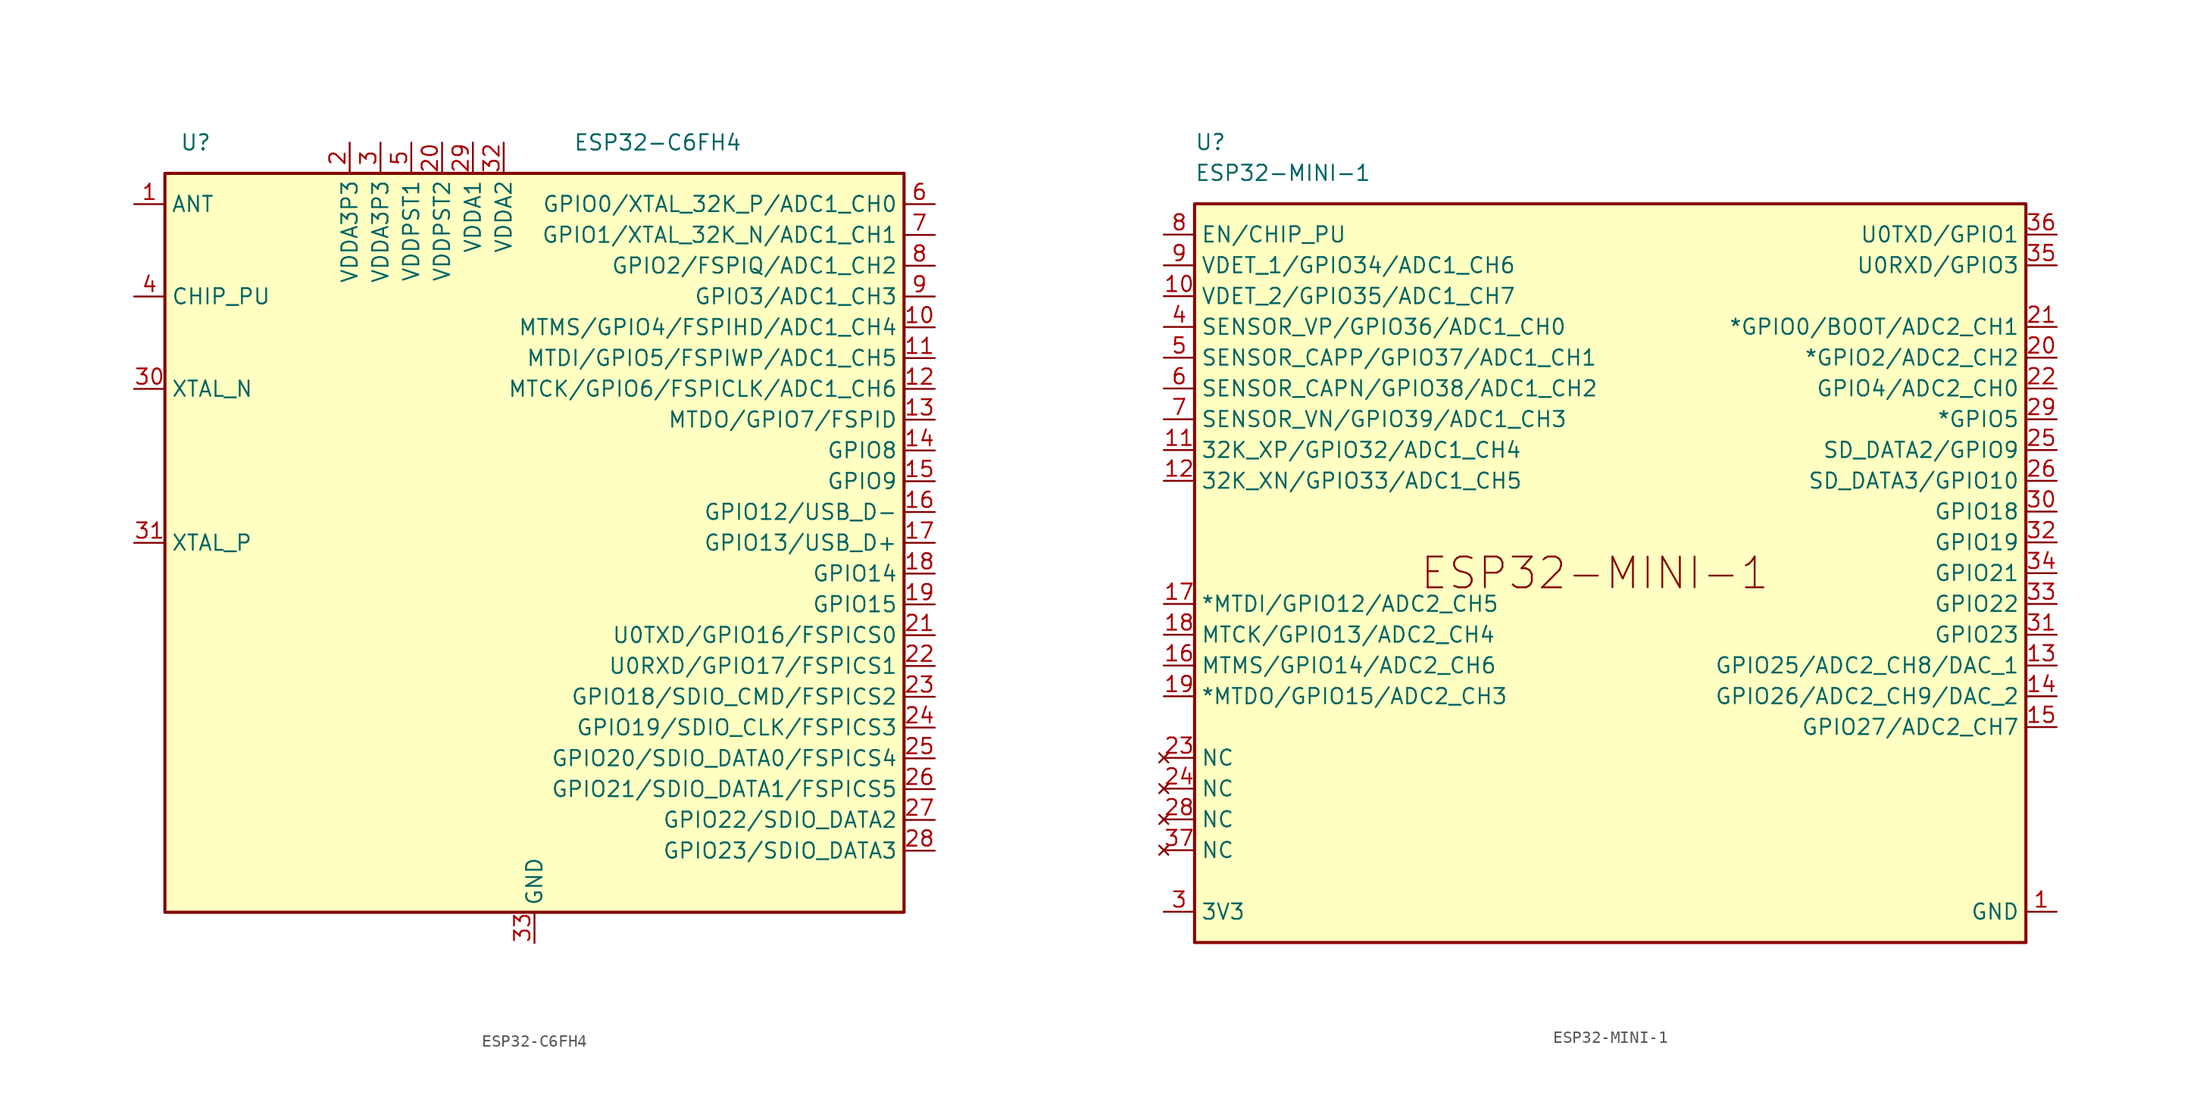
<source format=kicad_sym>
(kicad_symbol_lib
  (version 20211014)
  (generator kicad_symbol_editor)
  (symbol "ESP32-C6FH4"
    (property "Reference" "U"
      (at -27.94 33.02 0)
      (effects (font (size 1.27 1.27))))
    (property "Value" "ESP32-C6FH4"
      (at 10.16 33.02 0)
      (effects (font (size 1.27 1.27))))
    (symbol "ESP32-C6FH4_0_1"
      (rectangle (start -30.48 30.48) (end 30.48 -30.48) (stroke (width 0.254) (type default) (color 0 0 0 0)) (fill (type background))))
    (symbol "ESP32-C6FH4_1_1"
      (pin bidirectional line (at -33.02 27.94 0) (length 2.54) (name "ANT" (effects (font (size 1.27 1.27)))) (number "1" (effects (font (size 1.27 1.27)))))
      (pin bidirectional line (at 33.02 17.78 180) (length 2.54) (name "MTMS/GPIO4/FSPIHD/ADC1_CH4" (effects (font (size 1.27 1.27)))) (number "10" (effects (font (size 1.27 1.27)))))
      (pin bidirectional line (at 33.02 15.24 180) (length 2.54) (name "MTDI/GPIO5/FSPIWP/ADC1_CH5" (effects (font (size 1.27 1.27)))) (number "11" (effects (font (size 1.27 1.27)))))
      (pin bidirectional line (at 33.02 12.7 180) (length 2.54) (name "MTCK/GPIO6/FSPICLK/ADC1_CH6" (effects (font (size 1.27 1.27)))) (number "12" (effects (font (size 1.27 1.27)))))
      (pin bidirectional line (at 33.02 10.16 180) (length 2.54) (name "MTDO/GPIO7/FSPID" (effects (font (size 1.27 1.27)))) (number "13" (effects (font (size 1.27 1.27)))))
      (pin bidirectional line (at 33.02 7.62 180) (length 2.54) (name "GPIO8" (effects (font (size 1.27 1.27)))) (number "14" (effects (font (size 1.27 1.27)))))
      (pin bidirectional line (at 33.02 5.08 180) (length 2.54) (name "GPIO9" (effects (font (size 1.27 1.27)))) (number "15" (effects (font (size 1.27 1.27)))))
      (pin bidirectional line (at 33.02 2.54 180) (length 2.54) (name "GPIO12/USB_D-" (effects (font (size 1.27 1.27)))) (number "16" (effects (font (size 1.27 1.27)))))
      (pin bidirectional line (at 33.02 0 180) (length 2.54) (name "GPIO13/USB_D+" (effects (font (size 1.27 1.27)))) (number "17" (effects (font (size 1.27 1.27)))))
      (pin bidirectional line (at 33.02 -2.54 180) (length 2.54) (name "GPIO14" (effects (font (size 1.27 1.27)))) (number "18" (effects (font (size 1.27 1.27)))))
      (pin bidirectional line (at 33.02 -5.08 180) (length 2.54) (name "GPIO15" (effects (font (size 1.27 1.27)))) (number "19" (effects (font (size 1.27 1.27)))))
      (pin power_in line (at -15.24 33.02 270) (length 2.54) (name "VDDA3P3" (effects (font (size 1.27 1.27)))) (number "2" (effects (font (size 1.27 1.27)))))
      (pin power_in line (at -7.62 33.02 270) (length 2.54) (name "VDDPST2" (effects (font (size 1.27 1.27)))) (number "20" (effects (font (size 1.27 1.27)))))
      (pin bidirectional line (at 33.02 -7.62 180) (length 2.54) (name "U0TXD/GPIO16/FSPICS0" (effects (font (size 1.27 1.27)))) (number "21" (effects (font (size 1.27 1.27)))))
      (pin bidirectional line (at 33.02 -10.16 180) (length 2.54) (name "U0RXD/GPIO17/FSPICS1" (effects (font (size 1.27 1.27)))) (number "22" (effects (font (size 1.27 1.27)))))
      (pin bidirectional line (at 33.02 -12.7 180) (length 2.54) (name "GPIO18/SDIO_CMD/FSPICS2" (effects (font (size 1.27 1.27)))) (number "23" (effects (font (size 1.27 1.27)))))
      (pin bidirectional line (at 33.02 -15.24 180) (length 2.54) (name "GPIO19/SDIO_CLK/FSPICS3" (effects (font (size 1.27 1.27)))) (number "24" (effects (font (size 1.27 1.27)))))
      (pin bidirectional line (at 33.02 -17.78 180) (length 2.54) (name "GPIO20/SDIO_DATA0/FSPICS4" (effects (font (size 1.27 1.27)))) (number "25" (effects (font (size 1.27 1.27)))))
      (pin bidirectional line (at 33.02 -20.32 180) (length 2.54) (name "GPIO21/SDIO_DATA1/FSPICS5" (effects (font (size 1.27 1.27)))) (number "26" (effects (font (size 1.27 1.27)))))
      (pin bidirectional line (at 33.02 -22.86 180) (length 2.54) (name "GPIO22/SDIO_DATA2" (effects (font (size 1.27 1.27)))) (number "27" (effects (font (size 1.27 1.27)))))
      (pin bidirectional line (at 33.02 -25.4 180) (length 2.54) (name "GPIO23/SDIO_DATA3" (effects (font (size 1.27 1.27)))) (number "28" (effects (font (size 1.27 1.27)))))
      (pin power_in line (at -5.08 33.02 270) (length 2.54) (name "VDDA1" (effects (font (size 1.27 1.27)))) (number "29" (effects (font (size 1.27 1.27)))))
      (pin power_in line (at -12.7 33.02 270) (length 2.54) (name "VDDA3P3" (effects (font (size 1.27 1.27)))) (number "3" (effects (font (size 1.27 1.27)))))
      (pin output line (at -33.02 12.7 0) (length 2.54) (name "XTAL_N" (effects (font (size 1.27 1.27)))) (number "30" (effects (font (size 1.27 1.27)))))
      (pin input line (at -33.02 0 0) (length 2.54) (name "XTAL_P" (effects (font (size 1.27 1.27)))) (number "31" (effects (font (size 1.27 1.27)))))
      (pin power_in line (at -2.54 33.02 270) (length 2.54) (name "VDDA2" (effects (font (size 1.27 1.27)))) (number "32" (effects (font (size 1.27 1.27)))))
      (pin power_in line (at 0 -33.02 90) (length 2.54) (name "GND" (effects (font (size 1.27 1.27)))) (number "33" (effects (font (size 1.27 1.27)))))
      (pin input line (at -33.02 20.32 0) (length 2.54) (name "CHIP_PU" (effects (font (size 1.27 1.27)))) (number "4" (effects (font (size 1.27 1.27)))))
      (pin power_in line (at -10.16 33.02 270) (length 2.54) (name "VDDPST1" (effects (font (size 1.27 1.27)))) (number "5" (effects (font (size 1.27 1.27)))))
      (pin bidirectional line (at 33.02 27.94 180) (length 2.54) (name "GPIO0/XTAL_32K_P/ADC1_CH0" (effects (font (size 1.27 1.27)))) (number "6" (effects (font (size 1.27 1.27)))))
      (pin bidirectional line (at 33.02 25.4 180) (length 2.54) (name "GPIO1/XTAL_32K_N/ADC1_CH1" (effects (font (size 1.27 1.27)))) (number "7" (effects (font (size 1.27 1.27)))))
      (pin bidirectional line (at 33.02 22.86 180) (length 2.54) (name "GPIO2/FSPIQ/ADC1_CH2" (effects (font (size 1.27 1.27)))) (number "8" (effects (font (size 1.27 1.27)))))
      (pin bidirectional line (at 33.02 20.32 180) (length 2.54) (name "GPIO3/ADC1_CH3" (effects (font (size 1.27 1.27)))) (number "9" (effects (font (size 1.27 1.27)))))))
  (symbol "ESP32-MINI-1"
    (property "Reference" "U"
      (at -33.02 35.56 0)
      (effects (font (size 1.27 1.27)) (justify left)))
    (property "Value" "ESP32-MINI-1"
      (at -33.02 33.02 0)
      (effects (font (size 1.27 1.27)) (justify left)))
    (symbol "ESP32-MINI-1_0_0"
      (text "ESP32-MINI-1" (at 0 0 0) (effects (font (size 2.54 2.54))))
      (pin power_in line (at 38.1 -27.94 180) (length 2.54) (name "GND" (effects (font (size 1.27 1.27)))) (number "1" (effects (font (size 1.27 1.27)))))
      (pin bidirectional line (at 38.1 5.08 180) (length 2.54) (name "GPIO18" (effects (font (size 1.27 1.27)))) (number "30" (effects (font (size 1.27 1.27)))))
      (pin bidirectional line (at 38.1 -5.08 180) (length 2.54) (name "GPIO23" (effects (font (size 1.27 1.27)))) (number "31" (effects (font (size 1.27 1.27)))))
      (pin passive line (at 38.1 -27.94 180) (length 2.54) hide (name "GND" (effects (font (size 1.27 1.27)))) (number "42" (effects (font (size 1.27 1.27)))))
      (pin passive line (at 38.1 -27.94 180) (length 2.54) hide (name "GND" (effects (font (size 1.27 1.27)))) (number "47" (effects (font (size 1.27 1.27))))))
    (symbol "ESP32-MINI-1_0_1"
      (rectangle (start -33.02 30.48) (end 35.56 -30.48) (stroke (width 0.254) (type default) (color 0 0 0 0)) (fill (type background)))
      (pin passive line (at 38.1 -27.94 180) (length 2.54) hide (name "GND" (effects (font (size 1.27 1.27)))) (number "38" (effects (font (size 1.27 1.27)))))
      (pin passive line (at 38.1 -27.94 180) (length 2.54) hide (name "GND" (effects (font (size 1.27 1.27)))) (number "39" (effects (font (size 1.27 1.27)))))
      (pin passive line (at 38.1 -27.94 180) (length 2.54) hide (name "GND" (effects (font (size 1.27 1.27)))) (number "40" (effects (font (size 1.27 1.27)))))
      (pin passive line (at 38.1 -27.94 180) (length 2.54) hide (name "GND" (effects (font (size 1.27 1.27)))) (number "41" (effects (font (size 1.27 1.27)))))
      (pin passive line (at 38.1 -27.94 180) (length 2.54) hide (name "GND" (effects (font (size 1.27 1.27)))) (number "43" (effects (font (size 1.27 1.27)))))
      (pin passive line (at 38.1 -27.94 180) (length 2.54) hide (name "GND" (effects (font (size 1.27 1.27)))) (number "44" (effects (font (size 1.27 1.27)))))
      (pin passive line (at 38.1 -27.94 180) (length 2.54) hide (name "GND" (effects (font (size 1.27 1.27)))) (number "45" (effects (font (size 1.27 1.27)))))
      (pin passive line (at 38.1 -27.94 180) (length 2.54) hide (name "GND" (effects (font (size 1.27 1.27)))) (number "46" (effects (font (size 1.27 1.27)))))
      (pin passive line (at 38.1 -27.94 180) (length 2.54) hide (name "GND" (effects (font (size 1.27 1.27)))) (number "48" (effects (font (size 1.27 1.27)))))
      (pin passive line (at 38.1 -27.94 180) (length 2.54) hide (name "GND" (effects (font (size 1.27 1.27)))) (number "49" (effects (font (size 1.27 1.27)))))
      (pin passive line (at 38.1 -27.94 180) (length 2.54) hide (name "GND" (effects (font (size 1.27 1.27)))) (number "50" (effects (font (size 1.27 1.27)))))
      (pin passive line (at 38.1 -27.94 180) (length 2.54) hide (name "GND" (effects (font (size 1.27 1.27)))) (number "51" (effects (font (size 1.27 1.27)))))
      (pin passive line (at 38.1 -27.94 180) (length 2.54) hide (name "GND" (effects (font (size 1.27 1.27)))) (number "52" (effects (font (size 1.27 1.27)))))
      (pin passive line (at 38.1 -27.94 180) (length 2.54) hide (name "GND" (effects (font (size 1.27 1.27)))) (number "53" (effects (font (size 1.27 1.27)))))
      (pin passive line (at 38.1 -27.94 180) (length 2.54) hide (name "GND" (effects (font (size 1.27 1.27)))) (number "54" (effects (font (size 1.27 1.27)))))
      (pin passive line (at 38.1 -27.94 180) (length 2.54) hide (name "GND" (effects (font (size 1.27 1.27)))) (number "55" (effects (font (size 1.27 1.27))))))
    (symbol "ESP32-MINI-1_1_1"
      (pin input line (at -35.56 22.86 0) (length 2.54) (name "VDET_2/GPIO35/ADC1_CH7" (effects (font (size 1.27 1.27)))) (number "10" (effects (font (size 1.27 1.27)))))
      (pin bidirectional line (at -35.56 10.16 0) (length 2.54) (name "32K_XP/GPIO32/ADC1_CH4" (effects (font (size 1.27 1.27)))) (number "11" (effects (font (size 1.27 1.27)))))
      (pin bidirectional line (at -35.56 7.62 0) (length 2.54) (name "32K_XN/GPIO33/ADC1_CH5" (effects (font (size 1.27 1.27)))) (number "12" (effects (font (size 1.27 1.27)))))
      (pin bidirectional line (at 38.1 -7.62 180) (length 2.54) (name "GPIO25/ADC2_CH8/DAC_1" (effects (font (size 1.27 1.27)))) (number "13" (effects (font (size 1.27 1.27)))))
      (pin bidirectional line (at 38.1 -10.16 180) (length 2.54) (name "GPIO26/ADC2_CH9/DAC_2" (effects (font (size 1.27 1.27)))) (number "14" (effects (font (size 1.27 1.27)))))
      (pin bidirectional line (at 38.1 -12.7 180) (length 2.54) (name "GPIO27/ADC2_CH7" (effects (font (size 1.27 1.27)))) (number "15" (effects (font (size 1.27 1.27)))))
      (pin bidirectional line (at -35.56 -7.62 0) (length 2.54) (name "MTMS/GPIO14/ADC2_CH6" (effects (font (size 1.27 1.27)))) (number "16" (effects (font (size 1.27 1.27)))))
      (pin bidirectional line (at -35.56 -2.54 0) (length 2.54) (name "*MTDI/GPIO12/ADC2_CH5" (effects (font (size 1.27 1.27)))) (number "17" (effects (font (size 1.27 1.27)))))
      (pin bidirectional line (at -35.56 -5.08 0) (length 2.54) (name "MTCK/GPIO13/ADC2_CH4" (effects (font (size 1.27 1.27)))) (number "18" (effects (font (size 1.27 1.27)))))
      (pin bidirectional line (at -35.56 -10.16 0) (length 2.54) (name "*MTDO/GPIO15/ADC2_CH3" (effects (font (size 1.27 1.27)))) (number "19" (effects (font (size 1.27 1.27)))))
      (pin passive line (at 38.1 -27.94 180) (length 2.54) hide (name "GND" (effects (font (size 1.27 1.27)))) (number "2" (effects (font (size 1.27 1.27)))))
      (pin bidirectional line (at 38.1 17.78 180) (length 2.54) (name "*GPIO2/ADC2_CH2" (effects (font (size 1.27 1.27)))) (number "20" (effects (font (size 1.27 1.27)))))
      (pin bidirectional line (at 38.1 20.32 180) (length 2.54) (name "*GPIO0/BOOT/ADC2_CH1" (effects (font (size 1.27 1.27)))) (number "21" (effects (font (size 1.27 1.27)))))
      (pin bidirectional line (at 38.1 15.24 180) (length 2.54) (name "GPIO4/ADC2_CH0" (effects (font (size 1.27 1.27)))) (number "22" (effects (font (size 1.27 1.27)))))
      (pin no_connect line (at -35.56 -15.24 0) (length 2.54) (name "NC" (effects (font (size 1.27 1.27)))) (number "23" (effects (font (size 1.27 1.27)))))
      (pin no_connect line (at -35.56 -17.78 0) (length 2.54) (name "NC" (effects (font (size 1.27 1.27)))) (number "24" (effects (font (size 1.27 1.27)))))
      (pin bidirectional line (at 38.1 10.16 180) (length 2.54) (name "SD_DATA2/GPIO9" (effects (font (size 1.27 1.27)))) (number "25" (effects (font (size 1.27 1.27)))))
      (pin bidirectional line (at 38.1 7.62 180) (length 2.54) (name "SD_DATA3/GPIO10" (effects (font (size 1.27 1.27)))) (number "26" (effects (font (size 1.27 1.27)))))
      (pin passive line (at 38.1 -27.94 180) (length 2.54) hide (name "GND" (effects (font (size 1.27 1.27)))) (number "27" (effects (font (size 1.27 1.27)))))
      (pin no_connect line (at -35.56 -20.32 0) (length 2.54) (name "NC" (effects (font (size 1.27 1.27)))) (number "28" (effects (font (size 1.27 1.27)))))
      (pin bidirectional line (at 38.1 12.7 180) (length 2.54) (name "*GPIO5" (effects (font (size 1.27 1.27)))) (number "29" (effects (font (size 1.27 1.27)))))
      (pin power_in line (at -35.56 -27.94 0) (length 2.54) (name "3V3" (effects (font (size 1.27 1.27)))) (number "3" (effects (font (size 1.27 1.27)))))
      (pin bidirectional line (at 38.1 2.54 180) (length 2.54) (name "GPIO19" (effects (font (size 1.27 1.27)))) (number "32" (effects (font (size 1.27 1.27)))))
      (pin bidirectional line (at 38.1 -2.54 180) (length 2.54) (name "GPIO22" (effects (font (size 1.27 1.27)))) (number "33" (effects (font (size 1.27 1.27)))))
      (pin bidirectional line (at 38.1 0 180) (length 2.54) (name "GPIO21" (effects (font (size 1.27 1.27)))) (number "34" (effects (font (size 1.27 1.27)))))
      (pin bidirectional line (at 38.1 25.4 180) (length 2.54) (name "U0RXD/GPIO3" (effects (font (size 1.27 1.27)))) (number "35" (effects (font (size 1.27 1.27)))))
      (pin bidirectional line (at 38.1 27.94 180) (length 2.54) (name "U0TXD/GPIO1" (effects (font (size 1.27 1.27)))) (number "36" (effects (font (size 1.27 1.27)))))
      (pin no_connect line (at -35.56 -22.86 0) (length 2.54) (name "NC" (effects (font (size 1.27 1.27)))) (number "37" (effects (font (size 1.27 1.27)))))
      (pin input line (at -35.56 20.32 0) (length 2.54) (name "SENSOR_VP/GPIO36/ADC1_CH0" (effects (font (size 1.27 1.27)))) (number "4" (effects (font (size 1.27 1.27)))))
      (pin input line (at -35.56 17.78 0) (length 2.54) (name "SENSOR_CAPP/GPIO37/ADC1_CH1" (effects (font (size 1.27 1.27)))) (number "5" (effects (font (size 1.27 1.27)))))
      (pin input line (at -35.56 15.24 0) (length 2.54) (name "SENSOR_CAPN/GPIO38/ADC1_CH2" (effects (font (size 1.27 1.27)))) (number "6" (effects (font (size 1.27 1.27)))))
      (pin input line (at -35.56 12.7 0) (length 2.54) (name "SENSOR_VN/GPIO39/ADC1_CH3" (effects (font (size 1.27 1.27)))) (number "7" (effects (font (size 1.27 1.27)))))
      (pin input line (at -35.56 27.94 0) (length 2.54) (name "EN/CHIP_PU" (effects (font (size 1.27 1.27)))) (number "8" (effects (font (size 1.27 1.27)))))
      (pin input line (at -35.56 25.4 0) (length 2.54) (name "VDET_1/GPIO34/ADC1_CH6" (effects (font (size 1.27 1.27)))) (number "9" (effects (font (size 1.27 1.27))))))))
</source>
